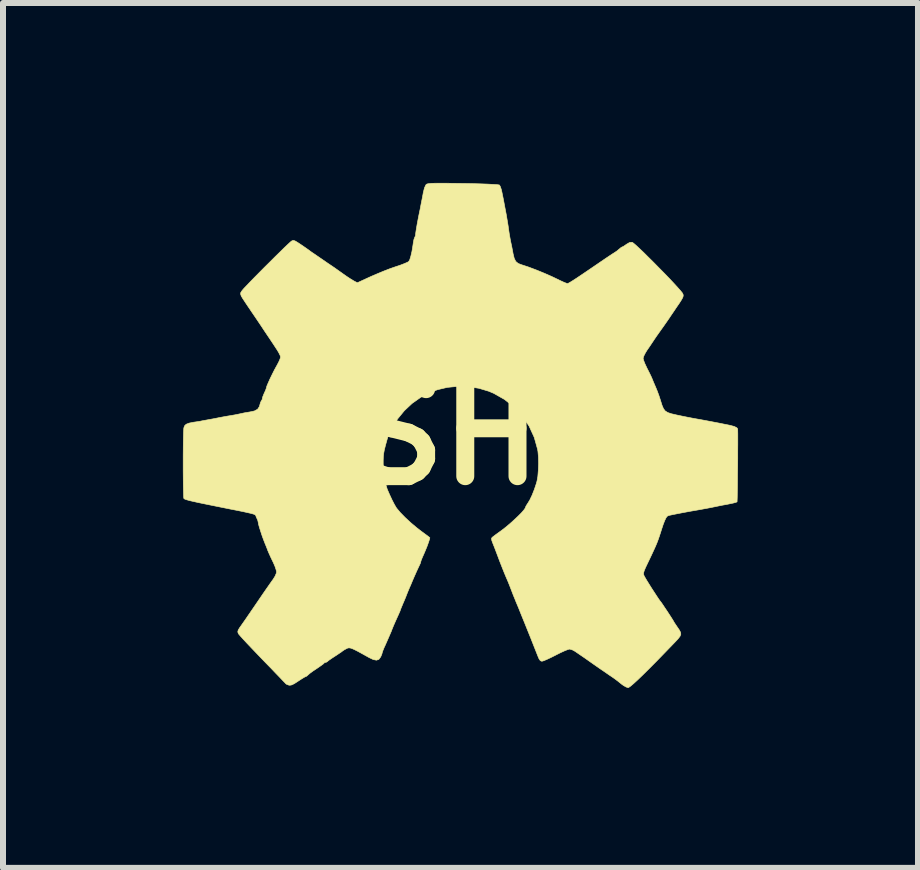
<source format=kicad_pcb>
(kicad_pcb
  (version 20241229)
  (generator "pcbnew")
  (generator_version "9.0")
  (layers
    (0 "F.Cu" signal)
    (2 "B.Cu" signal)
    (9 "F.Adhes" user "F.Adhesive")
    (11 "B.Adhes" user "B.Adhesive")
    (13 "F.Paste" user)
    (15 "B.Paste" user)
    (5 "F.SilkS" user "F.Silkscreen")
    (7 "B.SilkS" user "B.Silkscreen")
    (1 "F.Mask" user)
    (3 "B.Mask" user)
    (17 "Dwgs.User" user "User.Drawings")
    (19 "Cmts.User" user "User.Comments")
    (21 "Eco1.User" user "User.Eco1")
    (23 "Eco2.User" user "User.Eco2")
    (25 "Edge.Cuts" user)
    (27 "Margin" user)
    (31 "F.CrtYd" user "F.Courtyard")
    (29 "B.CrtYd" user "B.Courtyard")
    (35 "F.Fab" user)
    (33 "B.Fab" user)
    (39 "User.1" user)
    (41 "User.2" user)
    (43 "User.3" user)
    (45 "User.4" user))
  (footprint "OSHW"
    (layer "F.Cu")
    (at 4.491 4.201)
    (property "Reference" "OSHW" (at 0 0 0) (layer "F.SilkS") (effects (font (size 1.524 1.524) (thickness 0.3))))
    (attr through_hole)
    (fp_poly (pts (xy -0.122 -4.196) (xy 0.005 -4.194) (xy 0.162 -4.192) (xy 0.185 -4.192) (xy 0.339 -4.189) (xy 0.475 -4.185) (xy 0.591 -4.181) (xy 0.682 -4.176) (xy 0.747 -4.172) (xy 0.783 -4.167) (xy 0.788 -4.165) (xy 0.802 -4.14) (xy 0.818 -4.093) (xy 0.828 -4.051) (xy 0.854 -3.923) (xy 0.878 -3.795) (xy 0.901 -3.674) (xy 0.919 -3.567) (xy 0.933 -3.481) (xy 0.94 -3.429) (xy 0.951 -3.354) (xy 0.966 -3.269) (xy 0.976 -3.217) (xy 0.992 -3.143) (xy 1.007 -3.065) (xy 1.015 -3.02) (xy 1.034 -2.943) (xy 1.06 -2.891) (xy 1.1 -2.858) (xy 1.151 -2.838) (xy 1.267 -2.8) (xy 1.4 -2.75) (xy 1.537 -2.694) (xy 1.664 -2.638) (xy 1.731 -2.606) (xy 1.801 -2.572) (xy 1.86 -2.545) (xy 1.903 -2.528) (xy 1.92 -2.523) (xy 1.931 -2.525) (xy 1.948 -2.534) (xy 1.976 -2.55) (xy 2.016 -2.575) (xy 2.072 -2.611) (xy 2.145 -2.66) (xy 2.238 -2.723) (xy 2.354 -2.802) (xy 2.477 -2.886) (xy 2.552 -2.937) (xy 2.619 -2.982) (xy 2.672 -3.017) (xy 2.705 -3.038) (xy 2.71 -3.041) (xy 2.748 -3.067) (xy 2.783 -3.096) (xy 2.814 -3.122) (xy 2.834 -3.133) (xy 2.834 -3.133) (xy 2.855 -3.142) (xy 2.89 -3.166) (xy 2.905 -3.177) (xy 2.959 -3.208) (xy 3.001 -3.211) (xy 3.023 -3.196) (xy 3.064 -3.161) (xy 3.122 -3.107) (xy 3.193 -3.04) (xy 3.272 -2.961) (xy 3.358 -2.876) (xy 3.446 -2.786) (xy 3.534 -2.697) (xy 3.617 -2.611) (xy 3.692 -2.531) (xy 3.755 -2.462) (xy 3.804 -2.407) (xy 3.835 -2.369) (xy 3.842 -2.358) (xy 3.851 -2.337) (xy 3.852 -2.316) (xy 3.844 -2.289) (xy 3.823 -2.251) (xy 3.788 -2.196) (xy 3.735 -2.119) (xy 3.695 -2.059) (xy 3.66 -2.008) (xy 3.637 -1.974) (xy 3.632 -1.966) (xy 3.616 -1.942) (xy 3.585 -1.897) (xy 3.543 -1.837) (xy 3.497 -1.772) (xy 3.448 -1.703) (xy 3.404 -1.641) (xy 3.371 -1.592) (xy 3.353 -1.565) (xy 3.331 -1.532) (xy 3.297 -1.481) (xy 3.258 -1.424) (xy 3.255 -1.421) (xy 3.22 -1.364) (xy 3.195 -1.314) (xy 3.184 -1.279) (xy 3.183 -1.277) (xy 3.191 -1.244) (xy 3.211 -1.191) (xy 3.24 -1.129) (xy 3.247 -1.114) (xy 3.281 -1.047) (xy 3.312 -0.984) (xy 3.333 -0.937) (xy 3.335 -0.931) (xy 3.356 -0.88) (xy 3.383 -0.817) (xy 3.396 -0.787) (xy 3.42 -0.728) (xy 3.448 -0.652) (xy 3.473 -0.575) (xy 3.474 -0.572) (xy 3.499 -0.492) (xy 3.523 -0.436) (xy 3.552 -0.398) (xy 3.593 -0.372) (xy 3.652 -0.352) (xy 3.738 -0.332) (xy 3.752 -0.329) (xy 3.842 -0.31) (xy 3.932 -0.292) (xy 4.01 -0.277) (xy 4.047 -0.27) (xy 4.122 -0.257) (xy 4.22 -0.239) (xy 4.331 -0.218) (xy 4.446 -0.196) (xy 4.53 -0.179) (xy 4.586 -0.168) (xy 4.63 -0.159) (xy 4.702 -0.14) (xy 4.746 -0.118) (xy 4.76 -0.098) (xy 4.761 -0.07) (xy 4.762 -0.015) (xy 4.762 0.064) (xy 4.762 0.161) (xy 4.761 0.272) (xy 4.761 0.391) (xy 4.76 0.516) (xy 4.758 0.64) (xy 4.757 0.759) (xy 4.756 0.868) (xy 4.754 0.964) (xy 4.753 1.04) (xy 4.751 1.093) (xy 4.75 1.117) (xy 4.749 1.118) (xy 4.731 1.126) (xy 4.686 1.138) (xy 4.624 1.151) (xy 4.585 1.159) (xy 4.507 1.173) (xy 4.433 1.188) (xy 4.376 1.2) (xy 4.36 1.203) (xy 4.317 1.212) (xy 4.249 1.225) (xy 4.167 1.24) (xy 4.089 1.254) (xy 3.968 1.275) (xy 3.855 1.296) (xy 3.756 1.315) (xy 3.676 1.331) (xy 3.62 1.343) (xy 3.603 1.348) (xy 3.584 1.359) (xy 3.565 1.385) (xy 3.544 1.429) (xy 3.518 1.495) (xy 3.487 1.589) (xy 3.481 1.609) (xy 3.457 1.683) (xy 3.436 1.744) (xy 3.415 1.8) (xy 3.391 1.857) (xy 3.362 1.921) (xy 3.325 2.001) (xy 3.277 2.102) (xy 3.259 2.139) (xy 3.224 2.213) (xy 3.202 2.265) (xy 3.192 2.3) (xy 3.191 2.325) (xy 3.199 2.348) (xy 3.199 2.35) (xy 3.215 2.378) (xy 3.243 2.426) (xy 3.281 2.487) (xy 3.324 2.556) (xy 3.369 2.625) (xy 3.41 2.688) (xy 3.443 2.738) (xy 3.466 2.77) (xy 3.472 2.777) (xy 3.485 2.794) (xy 3.512 2.833) (xy 3.547 2.886) (xy 3.587 2.945) (xy 3.626 3.005) (xy 3.659 3.056) (xy 3.682 3.093) (xy 3.69 3.107) (xy 3.703 3.13) (xy 3.729 3.169) (xy 3.75 3.2) (xy 3.786 3.253) (xy 3.807 3.292) (xy 3.812 3.325) (xy 3.799 3.359) (xy 3.766 3.402) (xy 3.713 3.459) (xy 3.687 3.486) (xy 3.543 3.635) (xy 3.411 3.771) (xy 3.291 3.892) (xy 3.186 3.996) (xy 3.097 4.082) (xy 3.025 4.148) (xy 2.973 4.192) (xy 2.941 4.214) (xy 2.935 4.216) (xy 2.901 4.206) (xy 2.857 4.181) (xy 2.834 4.165) (xy 2.79 4.13) (xy 2.754 4.101) (xy 2.743 4.093) (xy 2.718 4.074) (xy 2.673 4.042) (xy 2.616 4.004) (xy 2.599 3.992) (xy 2.534 3.947) (xy 2.469 3.903) (xy 2.419 3.868) (xy 2.413 3.864) (xy 2.36 3.827) (xy 2.289 3.777) (xy 2.208 3.72) (xy 2.126 3.664) (xy 2.053 3.614) (xy 2.051 3.612) (xy 2.005 3.587) (xy 1.963 3.574) (xy 1.956 3.573) (xy 1.927 3.581) (xy 1.876 3.601) (xy 1.808 3.632) (xy 1.732 3.67) (xy 1.723 3.675) (xy 1.647 3.713) (xy 1.579 3.745) (xy 1.527 3.767) (xy 1.496 3.776) (xy 1.494 3.776) (xy 1.469 3.766) (xy 1.446 3.732) (xy 1.427 3.687) (xy 1.397 3.611) (xy 1.357 3.51) (xy 1.31 3.391) (xy 1.258 3.262) (xy 1.205 3.13) (xy 1.152 3) (xy 1.104 2.88) (xy 1.061 2.778) (xy 1.049 2.747) (xy 1.018 2.672) (xy 0.99 2.599) (xy 0.974 2.557) (xy 0.951 2.498) (xy 0.929 2.444) (xy 0.923 2.43) (xy 0.897 2.37) (xy 0.863 2.288) (xy 0.826 2.195) (xy 0.79 2.103) (xy 0.759 2.02) (xy 0.757 2.015) (xy 0.729 1.941) (xy 0.7 1.865) (xy 0.68 1.816) (xy 0.66 1.762) (xy 0.655 1.729) (xy 0.665 1.711) (xy 0.665 1.711) (xy 0.687 1.694) (xy 0.729 1.662) (xy 0.786 1.621) (xy 0.83 1.589) (xy 0.893 1.54) (xy 0.961 1.483) (xy 1.03 1.421) (xy 1.096 1.359) (xy 1.152 1.303) (xy 1.193 1.256) (xy 1.216 1.224) (xy 1.219 1.216) (xy 1.229 1.191) (xy 1.252 1.153) (xy 1.258 1.145) (xy 1.294 1.086) (xy 1.333 1.004) (xy 1.37 0.91) (xy 1.402 0.814) (xy 1.414 0.771) (xy 1.428 0.692) (xy 1.436 0.592) (xy 1.44 0.482) (xy 1.438 0.374) (xy 1.43 0.28) (xy 1.424 0.243) (xy 1.368 0.043) (xy 1.283 -0.143) (xy 1.17 -0.313) (xy 1.032 -0.463) (xy 0.872 -0.59) (xy 0.692 -0.692) (xy 0.609 -0.727) (xy 0.445 -0.776) (xy 0.27 -0.803) (xy 0.091 -0.808) (xy -0.083 -0.791) (xy -0.244 -0.753) (xy -0.333 -0.719) (xy -0.372 -0.702) (xy -0.396 -0.694) (xy -0.398 -0.694) (xy -0.416 -0.686) (xy -0.457 -0.665) (xy -0.511 -0.634) (xy -0.53 -0.622) (xy -0.669 -0.524) (xy -0.798 -0.403) (xy -0.911 -0.265) (xy -1.005 -0.117) (xy -1.072 0.033) (xy -1.088 0.085) (xy -1.114 0.179) (xy -1.132 0.251) (xy -1.143 0.311) (xy -1.149 0.367) (xy -1.151 0.431) (xy -1.151 0.481) (xy -1.146 0.595) (xy -1.132 0.711) (xy -1.111 0.817) (xy -1.085 0.902) (xy -1.084 0.906) (xy -1.044 0.998) (xy -1.003 1.086) (xy -0.965 1.16) (xy -0.934 1.213) (xy -0.927 1.223) (xy -0.867 1.295) (xy -0.785 1.379) (xy -0.691 1.466) (xy -0.591 1.55) (xy -0.524 1.602) (xy -0.463 1.647) (xy -0.414 1.683) (xy -0.382 1.708) (xy -0.373 1.716) (xy -0.38 1.746) (xy -0.397 1.797) (xy -0.42 1.861) (xy -0.447 1.927) (xy -0.472 1.986) (xy -0.498 2.044) (xy -0.517 2.091) (xy -0.525 2.117) (xy -0.525 2.119) (xy -0.533 2.146) (xy -0.55 2.182) (xy -0.567 2.218) (xy -0.593 2.274) (xy -0.623 2.342) (xy -0.636 2.371) (xy -0.666 2.441) (xy -0.693 2.506) (xy -0.714 2.553) (xy -0.719 2.565) (xy -0.739 2.613) (xy -0.763 2.673) (xy -0.77 2.692) (xy -0.797 2.758) (xy -0.826 2.825) (xy -0.832 2.84) (xy -0.851 2.885) (xy -0.862 2.914) (xy -0.864 2.92) (xy -0.87 2.938) (xy -0.888 2.979) (xy -0.913 3.035) (xy -0.921 3.052) (xy -0.951 3.119) (xy -0.979 3.183) (xy -0.998 3.23) (xy -1 3.234) (xy -1.017 3.279) (xy -1.042 3.337) (xy -1.075 3.413) (xy -1.119 3.513) (xy -1.133 3.542) (xy -1.153 3.591) (xy -1.166 3.626) (xy -1.168 3.637) (xy -1.175 3.661) (xy -1.192 3.701) (xy -1.195 3.706) (xy -1.224 3.745) (xy -1.264 3.758) (xy -1.318 3.747) (xy -1.385 3.715) (xy -1.491 3.656) (xy -1.571 3.612) (xy -1.63 3.582) (xy -1.673 3.563) (xy -1.704 3.554) (xy -1.728 3.553) (xy -1.748 3.558) (xy -1.766 3.567) (xy -1.804 3.588) (xy -1.827 3.604) (xy -1.829 3.605) (xy -1.846 3.619) (xy -1.885 3.645) (xy -1.937 3.68) (xy -1.956 3.692) (xy -2.011 3.728) (xy -2.054 3.758) (xy -2.078 3.777) (xy -2.08 3.78) (xy -2.099 3.792) (xy -2.108 3.793) (xy -2.133 3.802) (xy -2.136 3.807) (xy -2.152 3.822) (xy -2.19 3.85) (xy -2.242 3.886) (xy -2.261 3.899) (xy -2.32 3.938) (xy -2.368 3.973) (xy -2.399 3.999) (xy -2.403 4.003) (xy -2.428 4.025) (xy -2.44 4.03) (xy -2.46 4.039) (xy -2.5 4.063) (xy -2.553 4.097) (xy -2.568 4.107) (xy -2.631 4.148) (xy -2.675 4.17) (xy -2.707 4.176) (xy -2.725 4.174) (xy -2.76 4.161) (xy -2.777 4.149) (xy -2.79 4.134) (xy -2.825 4.098) (xy -2.877 4.043) (xy -2.944 3.974) (xy -3.023 3.891) (xy -3.112 3.8) (xy -3.167 3.743) (xy -3.26 3.646) (xy -3.346 3.556) (xy -3.423 3.475) (xy -3.486 3.407) (xy -3.533 3.355) (xy -3.561 3.322) (xy -3.567 3.313) (xy -3.576 3.286) (xy -3.569 3.257) (xy -3.544 3.215) (xy -3.539 3.209) (xy -3.502 3.156) (xy -3.448 3.079) (xy -3.381 2.981) (xy -3.303 2.867) (xy -3.217 2.741) (xy -3.155 2.65) (xy -3.103 2.575) (xy -3.053 2.503) (xy -3.01 2.442) (xy -2.984 2.406) (xy -2.953 2.355) (xy -2.933 2.307) (xy -2.929 2.285) (xy -2.937 2.249) (xy -2.956 2.193) (xy -2.984 2.128) (xy -2.995 2.106) (xy -3.028 2.037) (xy -3.057 1.972) (xy -3.078 1.923) (xy -3.081 1.913) (xy -3.103 1.857) (xy -3.125 1.804) (xy -3.125 1.803) (xy -3.145 1.752) (xy -3.169 1.687) (xy -3.192 1.617) (xy -3.213 1.551) (xy -3.228 1.498) (xy -3.234 1.467) (xy -3.234 1.466) (xy -3.242 1.428) (xy -3.25 1.409) (xy -3.268 1.37) (xy -3.274 1.352) (xy -3.277 1.344) (xy -3.284 1.336) (xy -3.297 1.328) (xy -3.32 1.32) (xy -3.356 1.31) (xy -3.409 1.298) (xy -3.481 1.282) (xy -3.578 1.262) (xy -3.701 1.238) (xy -3.835 1.211) (xy -3.998 1.178) (xy -4.131 1.151) (xy -4.237 1.129) (xy -4.318 1.111) (xy -4.379 1.097) (xy -4.422 1.085) (xy -4.45 1.076) (xy -4.467 1.068) (xy -4.475 1.061) (xy -4.478 1.04) (xy -4.48 0.99) (xy -4.482 0.916) (xy -4.484 0.823) (xy -4.485 0.715) (xy -4.486 0.597) (xy -4.486 0.474) (xy -4.486 0.351) (xy -4.485 0.233) (xy -4.484 0.125) (xy -4.482 0.031) (xy -4.48 -0.045) (xy -4.477 -0.096) (xy -4.476 -0.113) (xy -4.464 -0.149) (xy -4.437 -0.176) (xy -4.389 -0.195) (xy -4.315 -0.21) (xy -4.293 -0.213) (xy -4.238 -0.221) (xy -4.195 -0.228) (xy -4.183 -0.231) (xy -4.152 -0.237) (xy -4.102 -0.246) (xy -4.064 -0.253) (xy -3.991 -0.266) (xy -3.915 -0.281) (xy -3.886 -0.287) (xy -3.821 -0.299) (xy -3.743 -0.313) (xy -3.693 -0.321) (xy -3.624 -0.333) (xy -3.56 -0.346) (xy -3.523 -0.354) (xy -3.468 -0.366) (xy -3.402 -0.377) (xy -3.378 -0.381) (xy -3.298 -0.398) (xy -3.245 -0.427) (xy -3.216 -0.471) (xy -3.208 -0.5) (xy -3.196 -0.542) (xy -3.183 -0.567) (xy -3.182 -0.568) (xy -3.168 -0.592) (xy -3.167 -0.603) (xy -3.16 -0.633) (xy -3.142 -0.678) (xy -3.133 -0.698) (xy -3.112 -0.744) (xy -3.1 -0.778) (xy -3.098 -0.786) (xy -3.091 -0.813) (xy -3.07 -0.863) (xy -3.041 -0.928) (xy -3.005 -1.002) (xy -2.967 -1.078) (xy -2.929 -1.148) (xy -2.925 -1.154) (xy -2.894 -1.213) (xy -2.872 -1.263) (xy -2.862 -1.296) (xy -2.862 -1.298) (xy -2.871 -1.327) (xy -2.894 -1.373) (xy -2.928 -1.429) (xy -2.935 -1.439) (xy -2.984 -1.514) (xy -3.048 -1.61) (xy -3.121 -1.718) (xy -3.197 -1.833) (xy -3.273 -1.946) (xy -3.344 -2.05) (xy -3.4 -2.133) (xy -3.455 -2.215) (xy -3.494 -2.274) (xy -3.518 -2.315) (xy -3.528 -2.345) (xy -3.528 -2.367) (xy -3.517 -2.387) (xy -3.5 -2.411) (xy -3.498 -2.413) (xy -3.474 -2.441) (xy -3.43 -2.487) (xy -3.37 -2.55) (xy -3.298 -2.624) (xy -3.216 -2.707) (xy -3.13 -2.794) (xy -3.041 -2.882) (xy -2.955 -2.968) (xy -2.874 -3.047) (xy -2.803 -3.117) (xy -2.744 -3.173) (xy -2.702 -3.212) (xy -2.681 -3.23) (xy -2.661 -3.24) (xy -2.641 -3.241) (xy -2.612 -3.229) (xy -2.57 -3.203) (xy -2.511 -3.164) (xy -2.453 -3.124) (xy -2.406 -3.091) (xy -2.377 -3.07) (xy -2.371 -3.065) (xy -2.35 -3.05) (xy -2.336 -3.04) (xy -2.31 -3.023) (xy -2.265 -2.992) (xy -2.208 -2.953) (xy -2.186 -2.938) (xy -2.121 -2.893) (xy -2.058 -2.85) (xy -2.009 -2.817) (xy -2 -2.811) (xy -1.956 -2.781) (xy -1.896 -2.738) (xy -1.832 -2.693) (xy -1.82 -2.684) (xy -1.757 -2.64) (xy -1.696 -2.6) (xy -1.649 -2.572) (xy -1.642 -2.567) (xy -1.582 -2.536) (xy -1.358 -2.639) (xy -1.256 -2.683) (xy -1.145 -2.729) (xy -1.037 -2.771) (xy -0.945 -2.803) (xy -0.944 -2.803) (xy -0.866 -2.829) (xy -0.799 -2.855) (xy -0.75 -2.876) (xy -0.726 -2.889) (xy -0.708 -2.92) (xy -0.69 -2.979) (xy -0.671 -3.061) (xy -0.655 -3.16) (xy -0.648 -3.209) (xy -0.639 -3.256) (xy -0.628 -3.288) (xy -0.625 -3.293) (xy -0.613 -3.321) (xy -0.61 -3.352) (xy -0.606 -3.383) (xy -0.597 -3.44) (xy -0.584 -3.517) (xy -0.567 -3.607) (xy -0.557 -3.658) (xy -0.536 -3.759) (xy -0.517 -3.859) (xy -0.499 -3.949) (xy -0.486 -4.018) (xy -0.483 -4.037) (xy -0.463 -4.117) (xy -0.44 -4.167) (xy -0.43 -4.178) (xy -0.416 -4.184) (xy -0.391 -4.189) (xy -0.353 -4.193) (xy -0.297 -4.195) (xy -0.221 -4.196) (xy -0.122 -4.196)) (stroke (width 0.01) (type solid)) (fill yes) (layer "F.SilkS")))
  (gr_rect
    (start -3 -3)
    (end 12.258 11.422)
    (stroke (width 0.1) (type default))
    (fill no)
    (layer "Edge.Cuts")))
</source>
